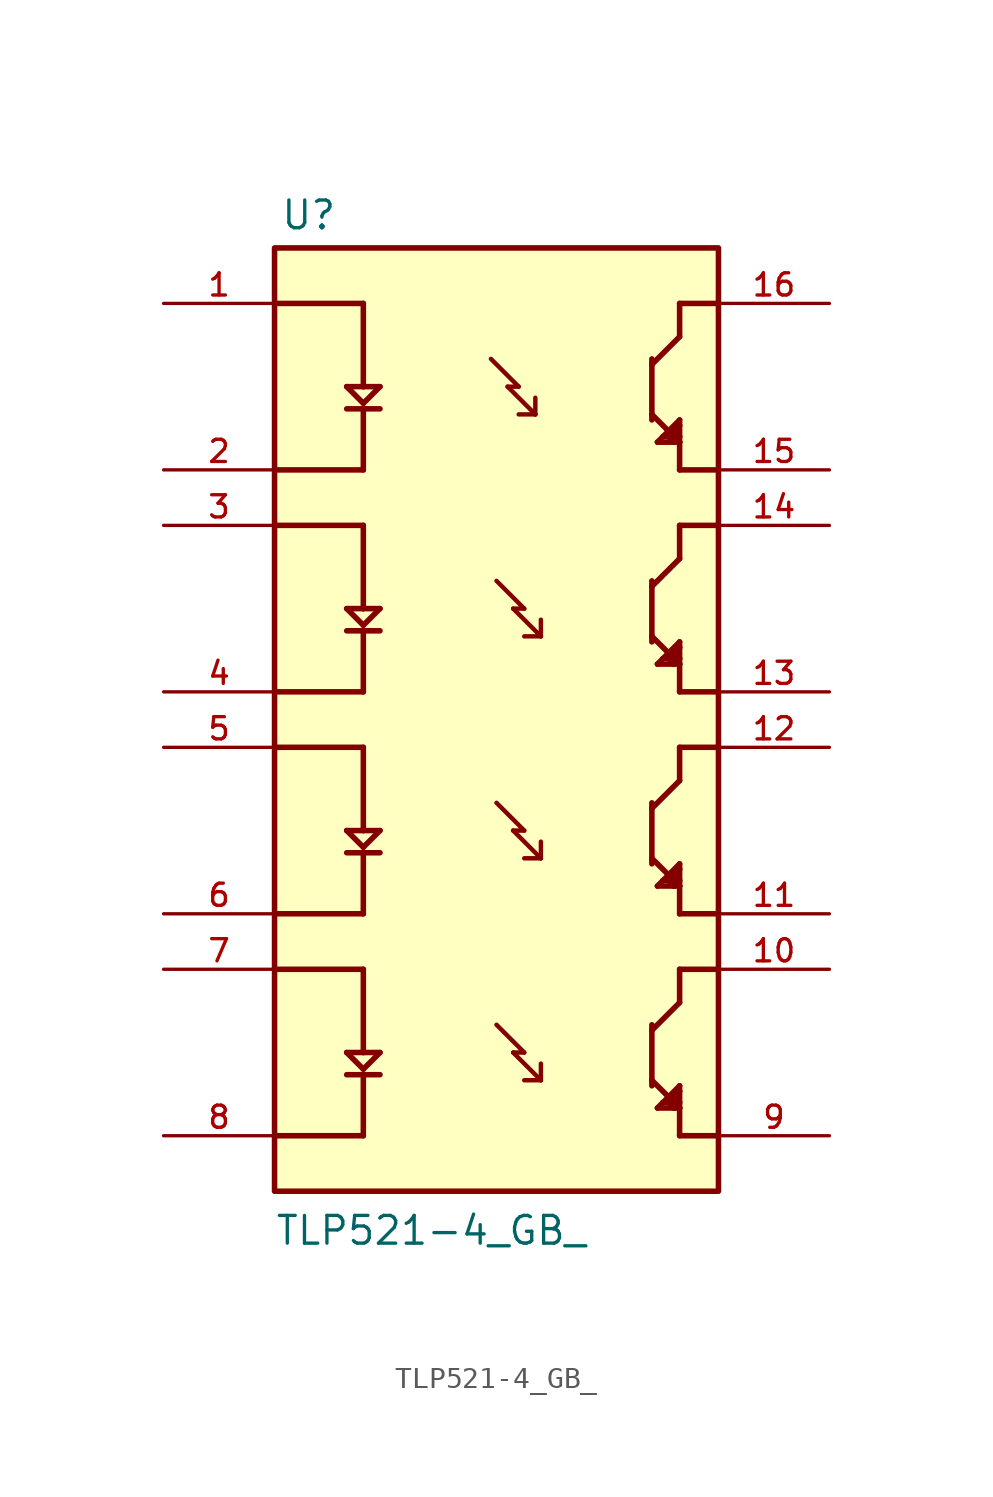
<source format=kicad_sym>
(kicad_symbol_lib
  (version 20231120)
  (generator "kicad_symbol_editor")
  (generator_version "8.0")
  (symbol "TLP521-4_GB_"
    (pin_names
      (offset 1.016))
    (property "Reference" "U"
      (at -9.906 21.082 0)
      (effects (font (size 1.27 1.27)) (justify left bottom)))
    (property "Value" "TLP521-4_GB_"
      (at -10.16 -25.4 0)
      (effects (font (size 1.27 1.27)) (justify left bottom)))
    (symbol "TLP521-4_GB__0_0"
      (rectangle (start -10.16 -22.86) (end 10.16 20.32) (stroke (width 0.254) (type default)) (fill (type background)))
      (polyline (pts (xy -10.16 -20.32) (xy -6.096 -20.32)) (stroke (width 0.254) (type default)) (fill (type none)))
      (polyline (pts (xy -10.16 -12.7) (xy -6.096 -12.7)) (stroke (width 0.254) (type default)) (fill (type none)))
      (polyline (pts (xy -10.16 -10.16) (xy -6.096 -10.16)) (stroke (width 0.254) (type default)) (fill (type none)))
      (polyline (pts (xy -10.16 -2.54) (xy -6.096 -2.54)) (stroke (width 0.254) (type default)) (fill (type none)))
      (polyline (pts (xy -10.16 0) (xy -6.096 0)) (stroke (width 0.254) (type default)) (fill (type none)))
      (polyline (pts (xy -10.16 7.62) (xy -6.096 7.62)) (stroke (width 0.254) (type default)) (fill (type none)))
      (polyline (pts (xy -10.16 10.16) (xy -6.096 10.16)) (stroke (width 0.254) (type default)) (fill (type none)))
      (polyline (pts (xy -10.16 17.78) (xy -6.096 17.78)) (stroke (width 0.254) (type default)) (fill (type none)))
      (polyline (pts (xy -6.096 -17.526) (xy -6.858 -17.526)) (stroke (width 0.254) (type default)) (fill (type none)))
      (polyline (pts (xy -6.096 -17.526) (xy -6.096 -20.32)) (stroke (width 0.254) (type default)) (fill (type none)))
      (polyline (pts (xy -6.096 -17.272) (xy -6.858 -16.51)) (stroke (width 0.254) (type default)) (fill (type none)))
      (polyline (pts (xy -6.096 -16.51) (xy -6.858 -16.51)) (stroke (width 0.254) (type default)) (fill (type none)))
      (polyline (pts (xy -6.096 -16.51) (xy -5.334 -16.51)) (stroke (width 0.254) (type default)) (fill (type none)))
      (polyline (pts (xy -6.096 -12.7) (xy -6.096 -16.51)) (stroke (width 0.254) (type default)) (fill (type none)))
      (polyline (pts (xy -6.096 -7.366) (xy -6.858 -7.366)) (stroke (width 0.254) (type default)) (fill (type none)))
      (polyline (pts (xy -6.096 -7.366) (xy -6.096 -10.16)) (stroke (width 0.254) (type default)) (fill (type none)))
      (polyline (pts (xy -6.096 -7.112) (xy -6.858 -6.35)) (stroke (width 0.254) (type default)) (fill (type none)))
      (polyline (pts (xy -6.096 -6.35) (xy -6.858 -6.35)) (stroke (width 0.254) (type default)) (fill (type none)))
      (polyline (pts (xy -6.096 -6.35) (xy -5.334 -6.35)) (stroke (width 0.254) (type default)) (fill (type none)))
      (polyline (pts (xy -6.096 -2.54) (xy -6.096 -6.35)) (stroke (width 0.254) (type default)) (fill (type none)))
      (polyline (pts (xy -6.096 2.794) (xy -6.858 2.794)) (stroke (width 0.254) (type default)) (fill (type none)))
      (polyline (pts (xy -6.096 2.794) (xy -6.096 0)) (stroke (width 0.254) (type default)) (fill (type none)))
      (polyline (pts (xy -6.096 3.048) (xy -6.858 3.81)) (stroke (width 0.254) (type default)) (fill (type none)))
      (polyline (pts (xy -6.096 3.81) (xy -6.858 3.81)) (stroke (width 0.254) (type default)) (fill (type none)))
      (polyline (pts (xy -6.096 3.81) (xy -5.334 3.81)) (stroke (width 0.254) (type default)) (fill (type none)))
      (polyline (pts (xy -6.096 7.62) (xy -6.096 3.81)) (stroke (width 0.254) (type default)) (fill (type none)))
      (polyline (pts (xy -6.096 12.954) (xy -6.858 12.954)) (stroke (width 0.254) (type default)) (fill (type none)))
      (polyline (pts (xy -6.096 12.954) (xy -6.096 10.16)) (stroke (width 0.254) (type default)) (fill (type none)))
      (polyline (pts (xy -6.096 13.208) (xy -6.858 13.97)) (stroke (width 0.254) (type default)) (fill (type none)))
      (polyline (pts (xy -6.096 13.97) (xy -6.858 13.97)) (stroke (width 0.254) (type default)) (fill (type none)))
      (polyline (pts (xy -6.096 13.97) (xy -5.334 13.97)) (stroke (width 0.254) (type default)) (fill (type none)))
      (polyline (pts (xy -6.096 17.78) (xy -6.096 13.97)) (stroke (width 0.254) (type default)) (fill (type none)))
      (polyline (pts (xy -5.334 -17.526) (xy -6.096 -17.526)) (stroke (width 0.254) (type default)) (fill (type none)))
      (polyline (pts (xy -5.334 -16.51) (xy -6.096 -17.272)) (stroke (width 0.254) (type default)) (fill (type none)))
      (polyline (pts (xy -5.334 -7.366) (xy -6.096 -7.366)) (stroke (width 0.254) (type default)) (fill (type none)))
      (polyline (pts (xy -5.334 -6.35) (xy -6.096 -7.112)) (stroke (width 0.254) (type default)) (fill (type none)))
      (polyline (pts (xy -5.334 2.794) (xy -6.096 2.794)) (stroke (width 0.254) (type default)) (fill (type none)))
      (polyline (pts (xy -5.334 3.81) (xy -6.096 3.048)) (stroke (width 0.254) (type default)) (fill (type none)))
      (polyline (pts (xy -5.334 12.954) (xy -6.096 12.954)) (stroke (width 0.254) (type default)) (fill (type none)))
      (polyline (pts (xy -5.334 13.97) (xy -6.096 13.208)) (stroke (width 0.254) (type default)) (fill (type none)))
      (polyline (pts (xy -0.254 15.24) (xy 1.016 13.97)) (stroke (width 0.203) (type default)) (fill (type none)))
      (polyline (pts (xy 0 -15.24) (xy 1.27 -16.51)) (stroke (width 0.203) (type default)) (fill (type none)))
      (polyline (pts (xy 0 -5.08) (xy 1.27 -6.35)) (stroke (width 0.203) (type default)) (fill (type none)))
      (polyline (pts (xy 0 5.08) (xy 1.27 3.81)) (stroke (width 0.203) (type default)) (fill (type none)))
      (polyline (pts (xy 0.508 13.97) (xy 1.778 12.7)) (stroke (width 0.203) (type default)) (fill (type none)))
      (polyline (pts (xy 0.762 -16.51) (xy 2.032 -17.78)) (stroke (width 0.203) (type default)) (fill (type none)))
      (polyline (pts (xy 0.762 -6.35) (xy 2.032 -7.62)) (stroke (width 0.203) (type default)) (fill (type none)))
      (polyline (pts (xy 0.762 3.81) (xy 2.032 2.54)) (stroke (width 0.203) (type default)) (fill (type none)))
      (polyline (pts (xy 1.016 13.97) (xy 0.508 13.97)) (stroke (width 0.203) (type default)) (fill (type none)))
      (polyline (pts (xy 1.27 -16.51) (xy 0.762 -16.51)) (stroke (width 0.203) (type default)) (fill (type none)))
      (polyline (pts (xy 1.27 -6.35) (xy 0.762 -6.35)) (stroke (width 0.203) (type default)) (fill (type none)))
      (polyline (pts (xy 1.27 3.81) (xy 0.762 3.81)) (stroke (width 0.203) (type default)) (fill (type none)))
      (polyline (pts (xy 1.778 12.7) (xy 1.016 12.7)) (stroke (width 0.203) (type default)) (fill (type none)))
      (polyline (pts (xy 1.778 12.7) (xy 1.778 13.462)) (stroke (width 0.203) (type default)) (fill (type none)))
      (polyline (pts (xy 2.032 -17.78) (xy 1.27 -17.78)) (stroke (width 0.203) (type default)) (fill (type none)))
      (polyline (pts (xy 2.032 -17.78) (xy 2.032 -17.018)) (stroke (width 0.203) (type default)) (fill (type none)))
      (polyline (pts (xy 2.032 -7.62) (xy 1.27 -7.62)) (stroke (width 0.203) (type default)) (fill (type none)))
      (polyline (pts (xy 2.032 -7.62) (xy 2.032 -6.858)) (stroke (width 0.203) (type default)) (fill (type none)))
      (polyline (pts (xy 2.032 2.54) (xy 1.27 2.54)) (stroke (width 0.203) (type default)) (fill (type none)))
      (polyline (pts (xy 2.032 2.54) (xy 2.032 3.302)) (stroke (width 0.203) (type default)) (fill (type none)))
      (polyline (pts (xy 7.112 -17.78) (xy 7.112 -18.034)) (stroke (width 0.254) (type default)) (fill (type none)))
      (polyline (pts (xy 7.112 -17.78) (xy 8.382 -19.05)) (stroke (width 0.254) (type default)) (fill (type none)))
      (polyline (pts (xy 7.112 -15.494) (xy 7.112 -17.78)) (stroke (width 0.254) (type default)) (fill (type none)))
      (polyline (pts (xy 7.112 -15.494) (xy 7.112 -15.24)) (stroke (width 0.254) (type default)) (fill (type none)))
      (polyline (pts (xy 7.112 -7.62) (xy 7.112 -7.874)) (stroke (width 0.254) (type default)) (fill (type none)))
      (polyline (pts (xy 7.112 -7.62) (xy 8.382 -8.89)) (stroke (width 0.254) (type default)) (fill (type none)))
      (polyline (pts (xy 7.112 -5.334) (xy 7.112 -7.62)) (stroke (width 0.254) (type default)) (fill (type none)))
      (polyline (pts (xy 7.112 -5.334) (xy 7.112 -5.08)) (stroke (width 0.254) (type default)) (fill (type none)))
      (polyline (pts (xy 7.112 2.54) (xy 7.112 2.286)) (stroke (width 0.254) (type default)) (fill (type none)))
      (polyline (pts (xy 7.112 2.54) (xy 8.382 1.27)) (stroke (width 0.254) (type default)) (fill (type none)))
      (polyline (pts (xy 7.112 4.826) (xy 7.112 2.54)) (stroke (width 0.254) (type default)) (fill (type none)))
      (polyline (pts (xy 7.112 4.826) (xy 7.112 5.08)) (stroke (width 0.254) (type default)) (fill (type none)))
      (polyline (pts (xy 7.112 12.7) (xy 7.112 12.446)) (stroke (width 0.254) (type default)) (fill (type none)))
      (polyline (pts (xy 7.112 12.7) (xy 8.382 11.43)) (stroke (width 0.254) (type default)) (fill (type none)))
      (polyline (pts (xy 7.112 14.986) (xy 7.112 12.7)) (stroke (width 0.254) (type default)) (fill (type none)))
      (polyline (pts (xy 7.112 14.986) (xy 7.112 15.24)) (stroke (width 0.254) (type default)) (fill (type none)))
      (polyline (pts (xy 7.366 -19.05) (xy 8.128 -19.05)) (stroke (width 0.254) (type default)) (fill (type none)))
      (polyline (pts (xy 7.366 -8.89) (xy 8.128 -8.89)) (stroke (width 0.254) (type default)) (fill (type none)))
      (polyline (pts (xy 7.366 1.27) (xy 8.128 1.27)) (stroke (width 0.254) (type default)) (fill (type none)))
      (polyline (pts (xy 7.366 11.43) (xy 8.128 11.43)) (stroke (width 0.254) (type default)) (fill (type none)))
      (polyline (pts (xy 7.62 -18.796) (xy 7.366 -19.05)) (stroke (width 0.254) (type default)) (fill (type none)))
      (polyline (pts (xy 7.62 -18.796) (xy 7.874 -18.796)) (stroke (width 0.254) (type default)) (fill (type none)))
      (polyline (pts (xy 7.62 -8.636) (xy 7.366 -8.89)) (stroke (width 0.254) (type default)) (fill (type none)))
      (polyline (pts (xy 7.62 -8.636) (xy 7.874 -8.636)) (stroke (width 0.254) (type default)) (fill (type none)))
      (polyline (pts (xy 7.62 1.524) (xy 7.366 1.27)) (stroke (width 0.254) (type default)) (fill (type none)))
      (polyline (pts (xy 7.62 1.524) (xy 7.874 1.524)) (stroke (width 0.254) (type default)) (fill (type none)))
      (polyline (pts (xy 7.62 11.684) (xy 7.366 11.43)) (stroke (width 0.254) (type default)) (fill (type none)))
      (polyline (pts (xy 7.62 11.684) (xy 7.874 11.684)) (stroke (width 0.254) (type default)) (fill (type none)))
      (polyline (pts (xy 7.874 -18.796) (xy 8.128 -19.05)) (stroke (width 0.254) (type default)) (fill (type none)))
      (polyline (pts (xy 7.874 -8.636) (xy 8.128 -8.89)) (stroke (width 0.254) (type default)) (fill (type none)))
      (polyline (pts (xy 7.874 1.524) (xy 8.128 1.27)) (stroke (width 0.254) (type default)) (fill (type none)))
      (polyline (pts (xy 7.874 11.684) (xy 8.128 11.43)) (stroke (width 0.254) (type default)) (fill (type none)))
      (polyline (pts (xy 8.128 -19.05) (xy 8.128 -18.542)) (stroke (width 0.254) (type default)) (fill (type none)))
      (polyline (pts (xy 8.128 -19.05) (xy 8.382 -19.05)) (stroke (width 0.254) (type default)) (fill (type none)))
      (polyline (pts (xy 8.128 -18.542) (xy 7.874 -18.796)) (stroke (width 0.254) (type default)) (fill (type none)))
      (polyline (pts (xy 8.128 -18.542) (xy 8.382 -18.288)) (stroke (width 0.254) (type default)) (fill (type none)))
      (polyline (pts (xy 8.128 -8.89) (xy 8.128 -8.382)) (stroke (width 0.254) (type default)) (fill (type none)))
      (polyline (pts (xy 8.128 -8.89) (xy 8.382 -8.89)) (stroke (width 0.254) (type default)) (fill (type none)))
      (polyline (pts (xy 8.128 -8.382) (xy 7.874 -8.636)) (stroke (width 0.254) (type default)) (fill (type none)))
      (polyline (pts (xy 8.128 -8.382) (xy 8.382 -8.128)) (stroke (width 0.254) (type default)) (fill (type none)))
      (polyline (pts (xy 8.128 1.27) (xy 8.128 1.778)) (stroke (width 0.254) (type default)) (fill (type none)))
      (polyline (pts (xy 8.128 1.27) (xy 8.382 1.27)) (stroke (width 0.254) (type default)) (fill (type none)))
      (polyline (pts (xy 8.128 1.778) (xy 7.874 1.524)) (stroke (width 0.254) (type default)) (fill (type none)))
      (polyline (pts (xy 8.128 1.778) (xy 8.382 2.032)) (stroke (width 0.254) (type default)) (fill (type none)))
      (polyline (pts (xy 8.128 11.43) (xy 8.128 11.938)) (stroke (width 0.254) (type default)) (fill (type none)))
      (polyline (pts (xy 8.128 11.43) (xy 8.382 11.43)) (stroke (width 0.254) (type default)) (fill (type none)))
      (polyline (pts (xy 8.128 11.938) (xy 7.874 11.684)) (stroke (width 0.254) (type default)) (fill (type none)))
      (polyline (pts (xy 8.128 11.938) (xy 8.382 12.192)) (stroke (width 0.254) (type default)) (fill (type none)))
      (polyline (pts (xy 8.382 -20.32) (xy 10.16 -20.32)) (stroke (width 0.254) (type default)) (fill (type none)))
      (polyline (pts (xy 8.382 -19.05) (xy 8.382 -20.32)) (stroke (width 0.254) (type default)) (fill (type none)))
      (polyline (pts (xy 8.382 -19.05) (xy 8.382 -18.796)) (stroke (width 0.254) (type default)) (fill (type none)))
      (polyline (pts (xy 8.382 -18.796) (xy 8.128 -18.542)) (stroke (width 0.254) (type default)) (fill (type none)))
      (polyline (pts (xy 8.382 -18.796) (xy 8.382 -18.288)) (stroke (width 0.254) (type default)) (fill (type none)))
      (polyline (pts (xy 8.382 -18.288) (xy 8.382 -18.034)) (stroke (width 0.254) (type default)) (fill (type none)))
      (polyline (pts (xy 8.382 -18.034) (xy 7.62 -18.796)) (stroke (width 0.254) (type default)) (fill (type none)))
      (polyline (pts (xy 8.382 -14.224) (xy 7.112 -15.494)) (stroke (width 0.254) (type default)) (fill (type none)))
      (polyline (pts (xy 8.382 -12.7) (xy 8.382 -14.224)) (stroke (width 0.254) (type default)) (fill (type none)))
      (polyline (pts (xy 8.382 -10.16) (xy 10.16 -10.16)) (stroke (width 0.254) (type default)) (fill (type none)))
      (polyline (pts (xy 8.382 -8.89) (xy 8.382 -10.16)) (stroke (width 0.254) (type default)) (fill (type none)))
      (polyline (pts (xy 8.382 -8.89) (xy 8.382 -8.636)) (stroke (width 0.254) (type default)) (fill (type none)))
      (polyline (pts (xy 8.382 -8.636) (xy 8.128 -8.382)) (stroke (width 0.254) (type default)) (fill (type none)))
      (polyline (pts (xy 8.382 -8.636) (xy 8.382 -8.128)) (stroke (width 0.254) (type default)) (fill (type none)))
      (polyline (pts (xy 8.382 -8.128) (xy 8.382 -7.874)) (stroke (width 0.254) (type default)) (fill (type none)))
      (polyline (pts (xy 8.382 -7.874) (xy 7.62 -8.636)) (stroke (width 0.254) (type default)) (fill (type none)))
      (polyline (pts (xy 8.382 -4.064) (xy 7.112 -5.334)) (stroke (width 0.254) (type default)) (fill (type none)))
      (polyline (pts (xy 8.382 -2.54) (xy 8.382 -4.064)) (stroke (width 0.254) (type default)) (fill (type none)))
      (polyline (pts (xy 8.382 0) (xy 10.16 0)) (stroke (width 0.254) (type default)) (fill (type none)))
      (polyline (pts (xy 8.382 1.27) (xy 8.382 0)) (stroke (width 0.254) (type default)) (fill (type none)))
      (polyline (pts (xy 8.382 1.27) (xy 8.382 1.524)) (stroke (width 0.254) (type default)) (fill (type none)))
      (polyline (pts (xy 8.382 1.524) (xy 8.128 1.778)) (stroke (width 0.254) (type default)) (fill (type none)))
      (polyline (pts (xy 8.382 1.524) (xy 8.382 2.032)) (stroke (width 0.254) (type default)) (fill (type none)))
      (polyline (pts (xy 8.382 2.032) (xy 8.382 2.286)) (stroke (width 0.254) (type default)) (fill (type none)))
      (polyline (pts (xy 8.382 2.286) (xy 7.62 1.524)) (stroke (width 0.254) (type default)) (fill (type none)))
      (polyline (pts (xy 8.382 6.096) (xy 7.112 4.826)) (stroke (width 0.254) (type default)) (fill (type none)))
      (polyline (pts (xy 8.382 7.62) (xy 8.382 6.096)) (stroke (width 0.254) (type default)) (fill (type none)))
      (polyline (pts (xy 8.382 10.16) (xy 10.16 10.16)) (stroke (width 0.254) (type default)) (fill (type none)))
      (polyline (pts (xy 8.382 11.43) (xy 8.382 10.16)) (stroke (width 0.254) (type default)) (fill (type none)))
      (polyline (pts (xy 8.382 11.43) (xy 8.382 11.684)) (stroke (width 0.254) (type default)) (fill (type none)))
      (polyline (pts (xy 8.382 11.684) (xy 8.128 11.938)) (stroke (width 0.254) (type default)) (fill (type none)))
      (polyline (pts (xy 8.382 11.684) (xy 8.382 12.192)) (stroke (width 0.254) (type default)) (fill (type none)))
      (polyline (pts (xy 8.382 12.192) (xy 8.382 12.446)) (stroke (width 0.254) (type default)) (fill (type none)))
      (polyline (pts (xy 8.382 12.446) (xy 7.62 11.684)) (stroke (width 0.254) (type default)) (fill (type none)))
      (polyline (pts (xy 8.382 16.256) (xy 7.112 14.986)) (stroke (width 0.254) (type default)) (fill (type none)))
      (polyline (pts (xy 8.382 17.78) (xy 8.382 16.256)) (stroke (width 0.254) (type default)) (fill (type none)))
      (polyline (pts (xy 10.16 -12.7) (xy 8.382 -12.7)) (stroke (width 0.254) (type default)) (fill (type none)))
      (polyline (pts (xy 10.16 -2.54) (xy 8.382 -2.54)) (stroke (width 0.254) (type default)) (fill (type none)))
      (polyline (pts (xy 10.16 7.62) (xy 8.382 7.62)) (stroke (width 0.254) (type default)) (fill (type none)))
      (polyline (pts (xy 10.16 17.78) (xy 8.382 17.78)) (stroke (width 0.254) (type default)) (fill (type none)))
      (pin passive line (at -15.24 17.78 0) (length 5.08) (name "~" (effects (font (size 1.016 1.016)))) (number "1" (effects (font (size 1.016 1.016)))))
      (pin passive line (at 15.24 -12.7 180) (length 5.08) (name "~" (effects (font (size 1.016 1.016)))) (number "10" (effects (font (size 1.016 1.016)))))
      (pin passive line (at 15.24 -10.16 180) (length 5.08) (name "~" (effects (font (size 1.016 1.016)))) (number "11" (effects (font (size 1.016 1.016)))))
      (pin passive line (at 15.24 -2.54 180) (length 5.08) (name "~" (effects (font (size 1.016 1.016)))) (number "12" (effects (font (size 1.016 1.016)))))
      (pin passive line (at 15.24 0 180) (length 5.08) (name "~" (effects (font (size 1.016 1.016)))) (number "13" (effects (font (size 1.016 1.016)))))
      (pin passive line (at 15.24 7.62 180) (length 5.08) (name "~" (effects (font (size 1.016 1.016)))) (number "14" (effects (font (size 1.016 1.016)))))
      (pin passive line (at 15.24 10.16 180) (length 5.08) (name "~" (effects (font (size 1.016 1.016)))) (number "15" (effects (font (size 1.016 1.016)))))
      (pin passive line (at 15.24 17.78 180) (length 5.08) (name "~" (effects (font (size 1.016 1.016)))) (number "16" (effects (font (size 1.016 1.016)))))
      (pin passive line (at -15.24 10.16 0) (length 5.08) (name "~" (effects (font (size 1.016 1.016)))) (number "2" (effects (font (size 1.016 1.016)))))
      (pin passive line (at -15.24 7.62 0) (length 5.08) (name "~" (effects (font (size 1.016 1.016)))) (number "3" (effects (font (size 1.016 1.016)))))
      (pin passive line (at -15.24 0 0) (length 5.08) (name "~" (effects (font (size 1.016 1.016)))) (number "4" (effects (font (size 1.016 1.016)))))
      (pin passive line (at -15.24 -2.54 0) (length 5.08) (name "~" (effects (font (size 1.016 1.016)))) (number "5" (effects (font (size 1.016 1.016)))))
      (pin passive line (at -15.24 -10.16 0) (length 5.08) (name "~" (effects (font (size 1.016 1.016)))) (number "6" (effects (font (size 1.016 1.016)))))
      (pin passive line (at -15.24 -12.7 0) (length 5.08) (name "~" (effects (font (size 1.016 1.016)))) (number "7" (effects (font (size 1.016 1.016)))))
      (pin passive line (at -15.24 -20.32 0) (length 5.08) (name "~" (effects (font (size 1.016 1.016)))) (number "8" (effects (font (size 1.016 1.016)))))
      (pin passive line (at 15.24 -20.32 180) (length 5.08) (name "~" (effects (font (size 1.016 1.016)))) (number "9" (effects (font (size 1.016 1.016))))))))
</source>
